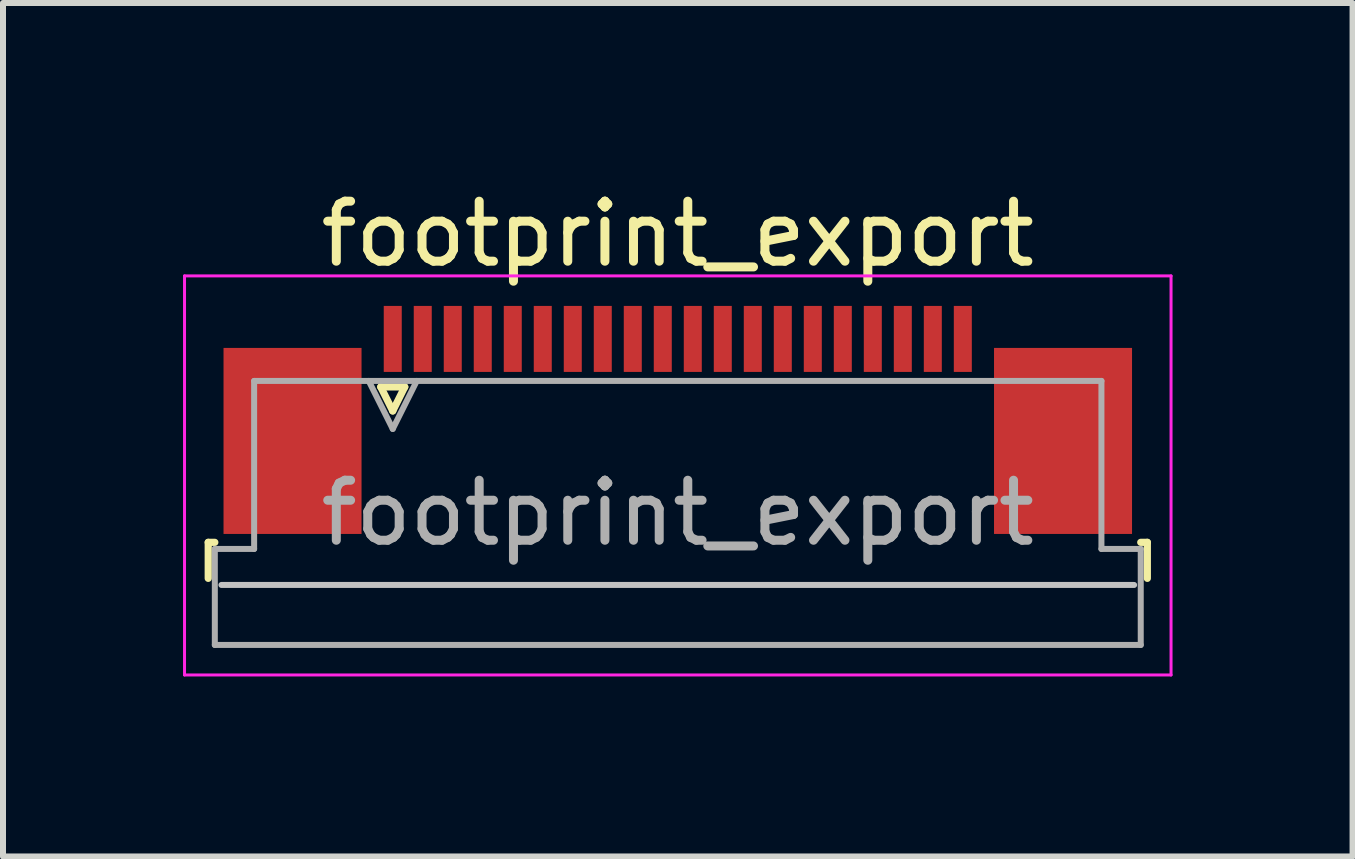
<source format=kicad_pcb>
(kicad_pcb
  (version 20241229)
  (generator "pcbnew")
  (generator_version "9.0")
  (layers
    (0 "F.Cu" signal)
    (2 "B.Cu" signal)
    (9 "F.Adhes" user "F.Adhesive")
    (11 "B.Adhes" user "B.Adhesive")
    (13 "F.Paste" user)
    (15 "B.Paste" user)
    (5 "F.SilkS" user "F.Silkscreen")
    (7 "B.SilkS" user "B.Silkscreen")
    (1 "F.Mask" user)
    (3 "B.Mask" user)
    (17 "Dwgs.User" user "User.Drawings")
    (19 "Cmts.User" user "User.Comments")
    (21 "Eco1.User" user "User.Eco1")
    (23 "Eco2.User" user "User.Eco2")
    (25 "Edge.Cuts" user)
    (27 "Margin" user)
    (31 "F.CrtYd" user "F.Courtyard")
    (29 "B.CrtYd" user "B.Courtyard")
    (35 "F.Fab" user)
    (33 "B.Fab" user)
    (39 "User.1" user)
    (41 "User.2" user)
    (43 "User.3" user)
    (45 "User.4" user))
  (footprint "footprint_export"
    (layer "F.Cu")
    (at 8.245 3.948)
    (property "Reference" "footprint_export" (at 0 -3.1 0) (layer "F.SilkS") (effects (font (size 1 1) (thickness 0.15))))
    (attr smd)
    (fp_line (start -7.825 2.04) (end -7.825 2.64) (stroke (width 0.12) (type solid)) (layer "F.SilkS"))
    (fp_line (start -7.715 2.04) (end -7.825 2.04) (stroke (width 0.12) (type solid)) (layer "F.SilkS"))
    (fp_line (start -4.95 -0.55) (end -4.75 -0.15) (stroke (width 0.12) (type solid)) (layer "F.SilkS"))
    (fp_line (start -4.75 -0.15) (end -4.55 -0.55) (stroke (width 0.12) (type solid)) (layer "F.SilkS"))
    (fp_line (start -4.55 -0.55) (end -4.95 -0.55) (stroke (width 0.12) (type solid)) (layer "F.SilkS"))
    (fp_line (start 7.715 2.04) (end 7.825 2.04) (stroke (width 0.12) (type solid)) (layer "F.SilkS"))
    (fp_line (start 7.825 2.04) (end 7.825 2.64) (stroke (width 0.12) (type solid)) (layer "F.SilkS"))
    (fp_line (start 7.605 2.75) (end -7.605 2.75) (stroke (width 0.1) (type solid)) (layer "Dwgs.User"))
    (fp_line (start -8.22 -2.4) (end -8.22 4.25) (stroke (width 0.05) (type solid)) (layer "F.CrtYd"))
    (fp_line (start -8.22 4.25) (end 8.22 4.25) (stroke (width 0.05) (type solid)) (layer "F.CrtYd"))
    (fp_line (start 8.22 -2.4) (end -8.22 -2.4) (stroke (width 0.05) (type solid)) (layer "F.CrtYd"))
    (fp_line (start 8.22 4.25) (end 8.22 -2.4) (stroke (width 0.05) (type solid)) (layer "F.CrtYd"))
    (fp_line (start -7.715 2.15) (end -7.06 2.15) (stroke (width 0.1) (type solid)) (layer "F.Fab"))
    (fp_line (start -7.715 3.75) (end -7.715 2.15) (stroke (width 0.1) (type solid)) (layer "F.Fab"))
    (fp_line (start -7.06 -0.65) (end 7.06 -0.65) (stroke (width 0.1) (type solid)) (layer "F.Fab"))
    (fp_line (start -7.06 2.15) (end -7.06 -0.65) (stroke (width 0.1) (type solid)) (layer "F.Fab"))
    (fp_line (start -5.15 -0.65) (end -4.75 0.15) (stroke (width 0.1) (type solid)) (layer "F.Fab"))
    (fp_line (start -4.75 0.15) (end -4.35 -0.65) (stroke (width 0.1) (type solid)) (layer "F.Fab"))
    (fp_line (start 7.06 -0.65) (end 7.06 2.15) (stroke (width 0.1) (type solid)) (layer "F.Fab"))
    (fp_line (start 7.06 2.15) (end 7.715 2.15) (stroke (width 0.1) (type solid)) (layer "F.Fab"))
    (fp_line (start 7.715 2.15) (end 7.715 3.75) (stroke (width 0.1) (type solid)) (layer "F.Fab"))
    (fp_line (start 7.715 3.75) (end -7.715 3.75) (stroke (width 0.1) (type solid)) (layer "F.Fab"))
    (fp_text user "${REFERENCE}" (at 0 1.55 0) (layer "F.Fab") (effects (font (size 1 1) (thickness 0.15))))
    (pad "1" smd rect (at -4.75 -1.35) (size 0.3 1.1) (layers "F.Cu" "F.Mask" "F.Paste"))
    (pad "2" smd rect (at -4.25 -1.35) (size 0.3 1.1) (layers "F.Cu" "F.Mask" "F.Paste"))
    (pad "3" smd rect (at -3.75 -1.35) (size 0.3 1.1) (layers "F.Cu" "F.Mask" "F.Paste"))
    (pad "4" smd rect (at -3.25 -1.35) (size 0.3 1.1) (layers "F.Cu" "F.Mask" "F.Paste"))
    (pad "5" smd rect (at -2.75 -1.35) (size 0.3 1.1) (layers "F.Cu" "F.Mask" "F.Paste"))
    (pad "6" smd rect (at -2.25 -1.35) (size 0.3 1.1) (layers "F.Cu" "F.Mask" "F.Paste"))
    (pad "7" smd rect (at -1.75 -1.35) (size 0.3 1.1) (layers "F.Cu" "F.Mask" "F.Paste"))
    (pad "8" smd rect (at -1.25 -1.35) (size 0.3 1.1) (layers "F.Cu" "F.Mask" "F.Paste"))
    (pad "9" smd rect (at -0.75 -1.35) (size 0.3 1.1) (layers "F.Cu" "F.Mask" "F.Paste"))
    (pad "10" smd rect (at -0.25 -1.35) (size 0.3 1.1) (layers "F.Cu" "F.Mask" "F.Paste"))
    (pad "11" smd rect (at 0.25 -1.35) (size 0.3 1.1) (layers "F.Cu" "F.Mask" "F.Paste"))
    (pad "12" smd rect (at 0.75 -1.35) (size 0.3 1.1) (layers "F.Cu" "F.Mask" "F.Paste"))
    (pad "13" smd rect (at 1.25 -1.35) (size 0.3 1.1) (layers "F.Cu" "F.Mask" "F.Paste"))
    (pad "14" smd rect (at 1.75 -1.35) (size 0.3 1.1) (layers "F.Cu" "F.Mask" "F.Paste"))
    (pad "15" smd rect (at 2.25 -1.35) (size 0.3 1.1) (layers "F.Cu" "F.Mask" "F.Paste"))
    (pad "16" smd rect (at 2.75 -1.35) (size 0.3 1.1) (layers "F.Cu" "F.Mask" "F.Paste"))
    (pad "17" smd rect (at 3.25 -1.35) (size 0.3 1.1) (layers "F.Cu" "F.Mask" "F.Paste"))
    (pad "18" smd rect (at 3.75 -1.35) (size 0.3 1.1) (layers "F.Cu" "F.Mask" "F.Paste"))
    (pad "19" smd rect (at 4.25 -1.35) (size 0.3 1.1) (layers "F.Cu" "F.Mask" "F.Paste"))
    (pad "20" smd rect (at 4.75 -1.35) (size 0.3 1.1) (layers "F.Cu" "F.Mask" "F.Paste"))
    (pad "MP" smd rect (at -6.42 0.35) (size 2.3 3.1) (layers "F.Cu" "F.Mask" "F.Paste"))
    (pad "MP" smd rect (at 6.42 0.35) (size 2.3 3.1) (layers "F.Cu" "F.Mask" "F.Paste")))
  (gr_rect
    (start -3 -3)
    (end 19.49 11.223)
    (stroke (width 0.1) (type default))
    (fill no)
    (layer "Edge.Cuts")))
</source>
